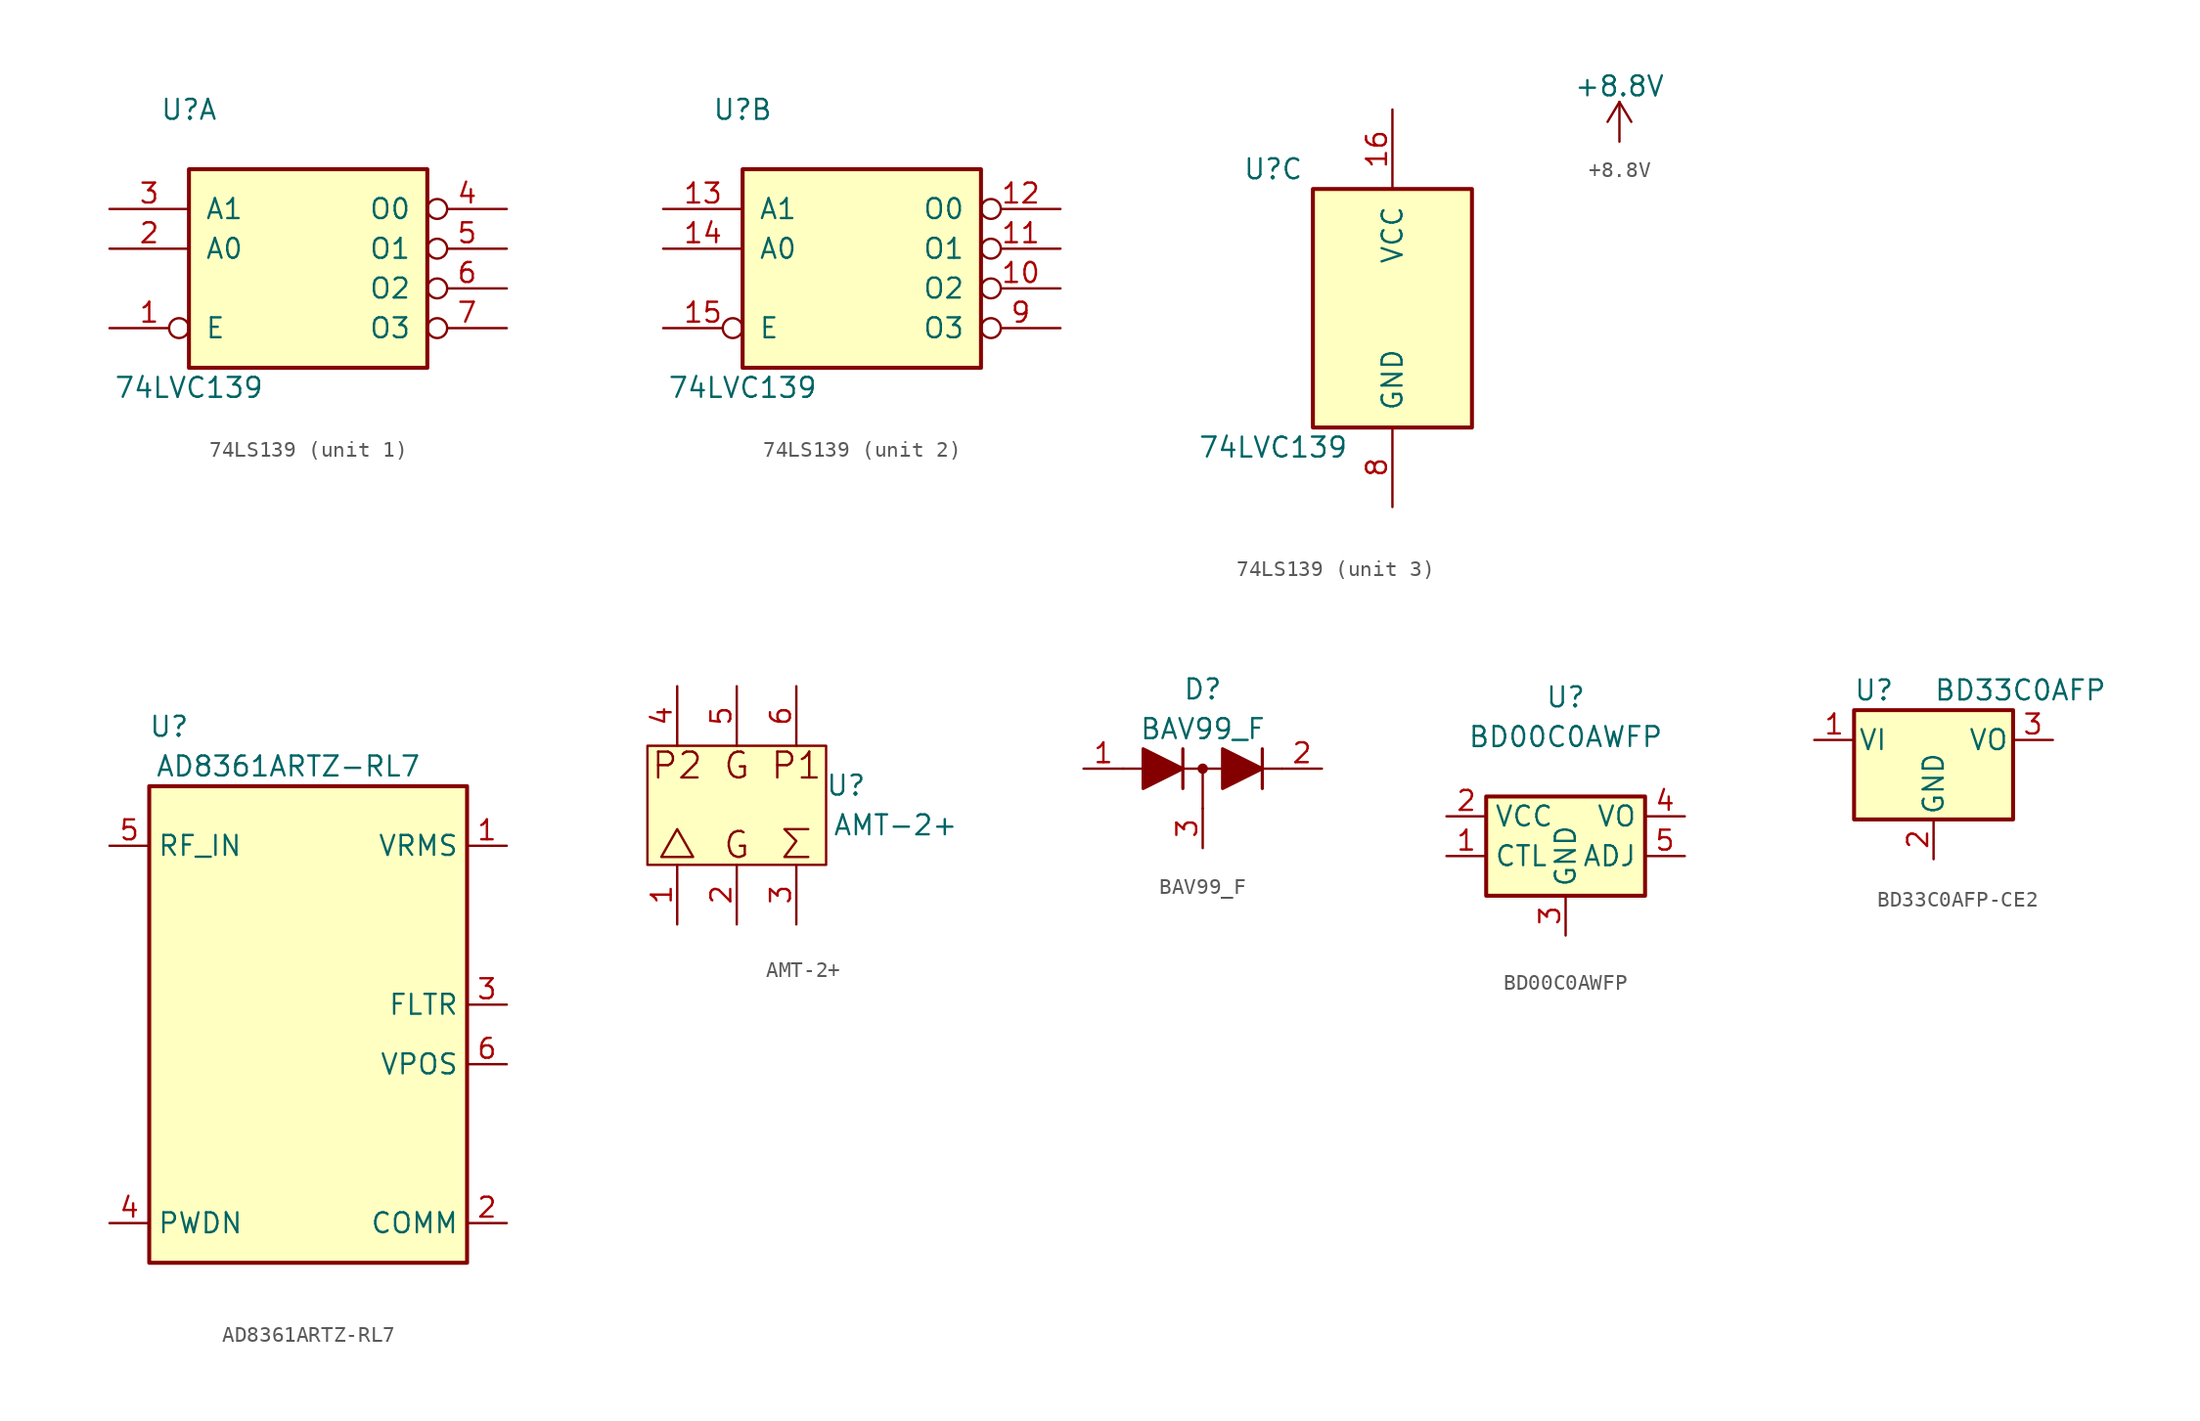
<source format=kicad_sym>
(kicad_symbol_lib
  (version 20231120)
  (generator "kicad_symbol_editor")
  (generator_version "8.0")
  (symbol "74LS139"
    (pin_names
      (offset 1.016))
    (property "Reference" "U"
      (at -7.62 8.89 0)
      (effects (font (size 1.27 1.27))))
    (property "Value" "74LVC139"
      (at -7.62 -8.89 0)
      (effects (font (size 1.27 1.27))))
    (property "ki_locked" ""
      (at 0 0 0)
      (effects (font (size 1.27 1.27))))
    (symbol "74LS139_1_0"
      (pin input inverted (at -12.7 -5.08 0) (length 5.08) (name "E" (effects (font (size 1.27 1.27)))) (number "1" (effects (font (size 1.27 1.27)))))
      (pin input line (at -12.7 0 0) (length 5.08) (name "A0" (effects (font (size 1.27 1.27)))) (number "2" (effects (font (size 1.27 1.27)))))
      (pin input line (at -12.7 2.54 0) (length 5.08) (name "A1" (effects (font (size 1.27 1.27)))) (number "3" (effects (font (size 1.27 1.27)))))
      (pin output inverted (at 12.7 2.54 180) (length 5.08) (name "O0" (effects (font (size 1.27 1.27)))) (number "4" (effects (font (size 1.27 1.27)))))
      (pin output inverted (at 12.7 0 180) (length 5.08) (name "O1" (effects (font (size 1.27 1.27)))) (number "5" (effects (font (size 1.27 1.27)))))
      (pin output inverted (at 12.7 -2.54 180) (length 5.08) (name "O2" (effects (font (size 1.27 1.27)))) (number "6" (effects (font (size 1.27 1.27)))))
      (pin output inverted (at 12.7 -5.08 180) (length 5.08) (name "O3" (effects (font (size 1.27 1.27)))) (number "7" (effects (font (size 1.27 1.27))))))
    (symbol "74LS139_1_1"
      (rectangle (start -7.62 5.08) (end 7.62 -7.62) (stroke (width 0.254) (type default)) (fill (type background))))
    (symbol "74LS139_2_0"
      (pin output inverted (at 12.7 -2.54 180) (length 5.08) (name "O2" (effects (font (size 1.27 1.27)))) (number "10" (effects (font (size 1.27 1.27)))))
      (pin output inverted (at 12.7 0 180) (length 5.08) (name "O1" (effects (font (size 1.27 1.27)))) (number "11" (effects (font (size 1.27 1.27)))))
      (pin output inverted (at 12.7 2.54 180) (length 5.08) (name "O0" (effects (font (size 1.27 1.27)))) (number "12" (effects (font (size 1.27 1.27)))))
      (pin input line (at -12.7 2.54 0) (length 5.08) (name "A1" (effects (font (size 1.27 1.27)))) (number "13" (effects (font (size 1.27 1.27)))))
      (pin input line (at -12.7 0 0) (length 5.08) (name "A0" (effects (font (size 1.27 1.27)))) (number "14" (effects (font (size 1.27 1.27)))))
      (pin input inverted (at -12.7 -5.08 0) (length 5.08) (name "E" (effects (font (size 1.27 1.27)))) (number "15" (effects (font (size 1.27 1.27)))))
      (pin output inverted (at 12.7 -5.08 180) (length 5.08) (name "O3" (effects (font (size 1.27 1.27)))) (number "9" (effects (font (size 1.27 1.27))))))
    (symbol "74LS139_2_1"
      (rectangle (start -7.62 5.08) (end 7.62 -7.62) (stroke (width 0.254) (type default)) (fill (type background))))
    (symbol "74LS139_3_0"
      (pin power_in line (at 0 12.7 270) (length 5.08) (name "VCC" (effects (font (size 1.27 1.27)))) (number "16" (effects (font (size 1.27 1.27)))))
      (pin power_in line (at 0 -12.7 90) (length 5.08) (name "GND" (effects (font (size 1.27 1.27)))) (number "8" (effects (font (size 1.27 1.27))))))
    (symbol "74LS139_3_1"
      (rectangle (start -5.08 7.62) (end 5.08 -7.62) (stroke (width 0.254) (type default)) (fill (type background)))))
  (symbol "+8.8V"
    (power)
    (pin_names
      (offset 0))
    (property "Reference" "#PWR"
      (at 0 -3.81 0)
      (effects (font (size 1.27 1.27)) (hide yes)))
    (property "Value" "+8.8V"
      (at 0 3.556 0)
      (effects (font (size 1.27 1.27))))
    (symbol "+8.8V_0_1"
      (polyline (pts (xy -0.762 1.27) (xy 0 2.54)) (stroke (width 0) (type default)) (fill (type none)))
      (polyline (pts (xy 0 0) (xy 0 2.54)) (stroke (width 0) (type default)) (fill (type none)))
      (polyline (pts (xy 0 2.54) (xy 0.762 1.27)) (stroke (width 0) (type default)) (fill (type none))))
    (symbol "+8.8V_1_1"
      (pin power_in line (at 0 0 90) (length 0) hide (name "+8.8V" (effects (font (size 1.27 1.27)))) (number "1" (effects (font (size 1.27 1.27)))))))
  (symbol "AD8361ARTZ-RL7"
    (property "Reference" "U"
      (at -8.89 19.05 0)
      (effects (font (size 1.27 1.27))))
    (property "Value" "AD8361ARTZ-RL7"
      (at -1.27 16.51 0)
      (effects (font (size 1.27 1.27))))
    (symbol "AD8361ARTZ-RL7_0_1"
      (rectangle (start -10.16 15.24) (end 10.16 -15.24) (stroke (width 0.254) (type default)) (fill (type background))))
    (symbol "AD8361ARTZ-RL7_1_1"
      (pin output line (at 12.7 11.43 180) (length 2.54) (name "VRMS" (effects (font (size 1.27 1.27)))) (number "1" (effects (font (size 1.27 1.27)))))
      (pin power_in line (at 12.7 -12.7 180) (length 2.54) (name "COMM" (effects (font (size 1.27 1.27)))) (number "2" (effects (font (size 1.27 1.27)))))
      (pin input line (at 12.7 1.27 180) (length 2.54) (name "FLTR" (effects (font (size 1.27 1.27)))) (number "3" (effects (font (size 1.27 1.27)))))
      (pin input line (at -12.7 -12.7 0) (length 2.54) (name "PWDN" (effects (font (size 1.27 1.27)))) (number "4" (effects (font (size 1.27 1.27)))))
      (pin input line (at -12.7 11.43 0) (length 2.54) (name "RF_IN" (effects (font (size 1.27 1.27)))) (number "5" (effects (font (size 1.27 1.27)))))
      (pin power_in line (at 12.7 -2.54 180) (length 2.54) (name "VPOS" (effects (font (size 1.27 1.27)))) (number "6" (effects (font (size 1.27 1.27)))))))
  (symbol "AMT-2+"
    (pin_names
      (offset 1.016))
    (property "Reference" "U"
      (at 6.985 5.08 0)
      (effects (font (size 1.27 1.27))))
    (property "Value" "AMT-2+"
      (at 10.16 2.54 0)
      (effects (font (size 1.27 1.27))))
    (symbol "AMT-2+_0_0"
      (rectangle (start -5.715 7.62) (end 5.715 0) (stroke (width 0) (type solid)) (fill (type background)))
      (polyline (pts (xy -3.81 2.286) (xy -4.826 0.508) (xy -2.794 0.508) (xy -3.81 2.286)) (stroke (width 0) (type solid)) (fill (type none)))
      (polyline (pts (xy 4.572 2.286) (xy 3.048 2.286) (xy 3.81 1.524) (xy 3.048 0.508) (xy 4.572 0.508)) (stroke (width 0) (type solid)) (fill (type none)))
      (text "G" (at 0 1.27 0) (effects (font (size 1.651 1.651))))
      (text "P1" (at 3.81 6.35 0) (effects (font (size 1.651 1.651))))
      (text "P2" (at -3.81 6.35 0) (effects (font (size 1.651 1.651)))))
    (symbol "AMT-2+_1_1"
      (text "G" (at 0 6.35 0) (effects (font (size 1.651 1.651))))
      (pin bidirectional line (at -3.81 -3.81 90) (length 3.81) (name "~" (effects (font (size 1.27 1.27)))) (number "1" (effects (font (size 1.27 1.27)))))
      (pin bidirectional line (at 0 -3.81 90) (length 3.81) (name "~" (effects (font (size 1.27 1.27)))) (number "2" (effects (font (size 1.27 1.27)))))
      (pin bidirectional line (at 3.81 -3.81 90) (length 3.81) (name "~" (effects (font (size 1.27 1.27)))) (number "3" (effects (font (size 1.27 1.27)))))
      (pin bidirectional line (at -3.81 11.43 270) (length 3.81) (name "~" (effects (font (size 1.27 1.27)))) (number "4" (effects (font (size 1.27 1.27)))))
      (pin bidirectional line (at 0 11.43 270) (length 3.81) (name "~" (effects (font (size 1.27 1.27)))) (number "5" (effects (font (size 1.27 1.27)))))
      (pin bidirectional line (at 3.81 11.43 270) (length 3.81) (name "~" (effects (font (size 1.27 1.27)))) (number "6" (effects (font (size 1.27 1.27)))))))
  (symbol "BAV99_F"
    (pin_names hide)
    (property "Reference" "D"
      (at 0 5.08 0)
      (effects (font (size 1.27 1.27))))
    (property "Value" "BAV99_F"
      (at 0 2.54 0)
      (effects (font (size 1.27 1.27))))
    (symbol "BAV99_F_0_1"
      (polyline (pts (xy -5.08 0) (xy 5.08 0)) (stroke (width 0) (type solid)) (fill (type none))))
    (symbol "BAV99_F_1_1"
      (polyline (pts (xy 0 0) (xy 0 -2.54)) (stroke (width 0) (type solid)) (fill (type none)))
      (polyline (pts (xy -1.27 -1.27) (xy -1.27 1.27) (xy -1.27 1.27)) (stroke (width 0.203) (type solid)) (fill (type none)))
      (polyline (pts (xy 3.81 1.27) (xy 3.81 -1.27) (xy 3.81 -1.27)) (stroke (width 0.203) (type solid)) (fill (type none)))
      (polyline (pts (xy -3.81 1.27) (xy -1.27 0) (xy -3.81 -1.27) (xy -3.81 1.27) (xy -3.81 1.27) (xy -3.81 1.27)) (stroke (width 0.203) (type solid)) (fill (type outline)))
      (polyline (pts (xy 1.27 1.27) (xy 3.81 0) (xy 1.27 -1.27) (xy 1.27 1.27) (xy 1.27 1.27) (xy 1.27 1.27)) (stroke (width 0.203) (type solid)) (fill (type outline)))
      (circle (center 0 0) (radius 0.254) (stroke (width 0) (type solid)) (fill (type outline)))
      (pin passive line (at -7.62 0 0) (length 2.54) (name "K" (effects (font (size 1.27 1.27)))) (number "1" (effects (font (size 1.27 1.27)))))
      (pin passive line (at 7.62 0 180) (length 2.54) (name "A" (effects (font (size 1.27 1.27)))) (number "2" (effects (font (size 1.27 1.27)))))
      (pin passive line (at 0 -5.08 90) (length 2.54) (name "K" (effects (font (size 1.27 1.27)))) (number "3" (effects (font (size 1.27 1.27)))))))
  (symbol "BD00C0AWFP"
    (property "Reference" "U"
      (at 0 7.62 0)
      (effects (font (size 1.27 1.27))))
    (property "Value" "BD00C0AWFP"
      (at 0 5.08 0)
      (effects (font (size 1.27 1.27))))
    (symbol "BD00C0AWFP_1_1"
      (rectangle (start -5.08 -5.08) (end 5.08 1.27) (stroke (width 0.254) (type default)) (fill (type background)))
      (pin input line (at -7.62 -2.54 0) (length 2.54) (name "CTL" (effects (font (size 1.27 1.27)))) (number "1" (effects (font (size 1.27 1.27)))))
      (pin power_in line (at -7.62 0 0) (length 2.54) (name "VCC" (effects (font (size 1.27 1.27)))) (number "2" (effects (font (size 1.27 1.27)))))
      (pin power_in line (at 0 -7.62 90) (length 2.54) (name "GND" (effects (font (size 1.27 1.27)))) (number "3" (effects (font (size 1.27 1.27)))))
      (pin power_out line (at 7.62 0 180) (length 2.54) (name "VO" (effects (font (size 1.27 1.27)))) (number "4" (effects (font (size 1.27 1.27)))))
      (pin input line (at 7.62 -2.54 180) (length 2.54) (name "ADJ" (effects (font (size 1.27 1.27)))) (number "5" (effects (font (size 1.27 1.27)))))))
  (symbol "BD33C0AFP-CE2"
    (pin_names
      (offset 0.254))
    (property "Reference" "U"
      (at -3.81 3.175 0)
      (effects (font (size 1.27 1.27))))
    (property "Value" "BD33C0AFP"
      (at 0 3.175 0)
      (effects (font (size 1.27 1.27)) (justify left)))
    (symbol "BD33C0AFP-CE2_0_1"
      (rectangle (start -5.08 1.905) (end 5.08 -5.08) (stroke (width 0.254) (type default)) (fill (type background))))
    (symbol "BD33C0AFP-CE2_1_1"
      (pin power_in line (at -7.62 0 0) (length 2.54) (name "VI" (effects (font (size 1.27 1.27)))) (number "1" (effects (font (size 1.27 1.27)))))
      (pin power_in line (at 0 -7.62 90) (length 2.54) (name "GND" (effects (font (size 1.27 1.27)))) (number "2" (effects (font (size 1.27 1.27)))))
      (pin power_out line (at 7.62 0 180) (length 2.54) (name "VO" (effects (font (size 1.27 1.27)))) (number "3" (effects (font (size 1.27 1.27))))))))
</source>
